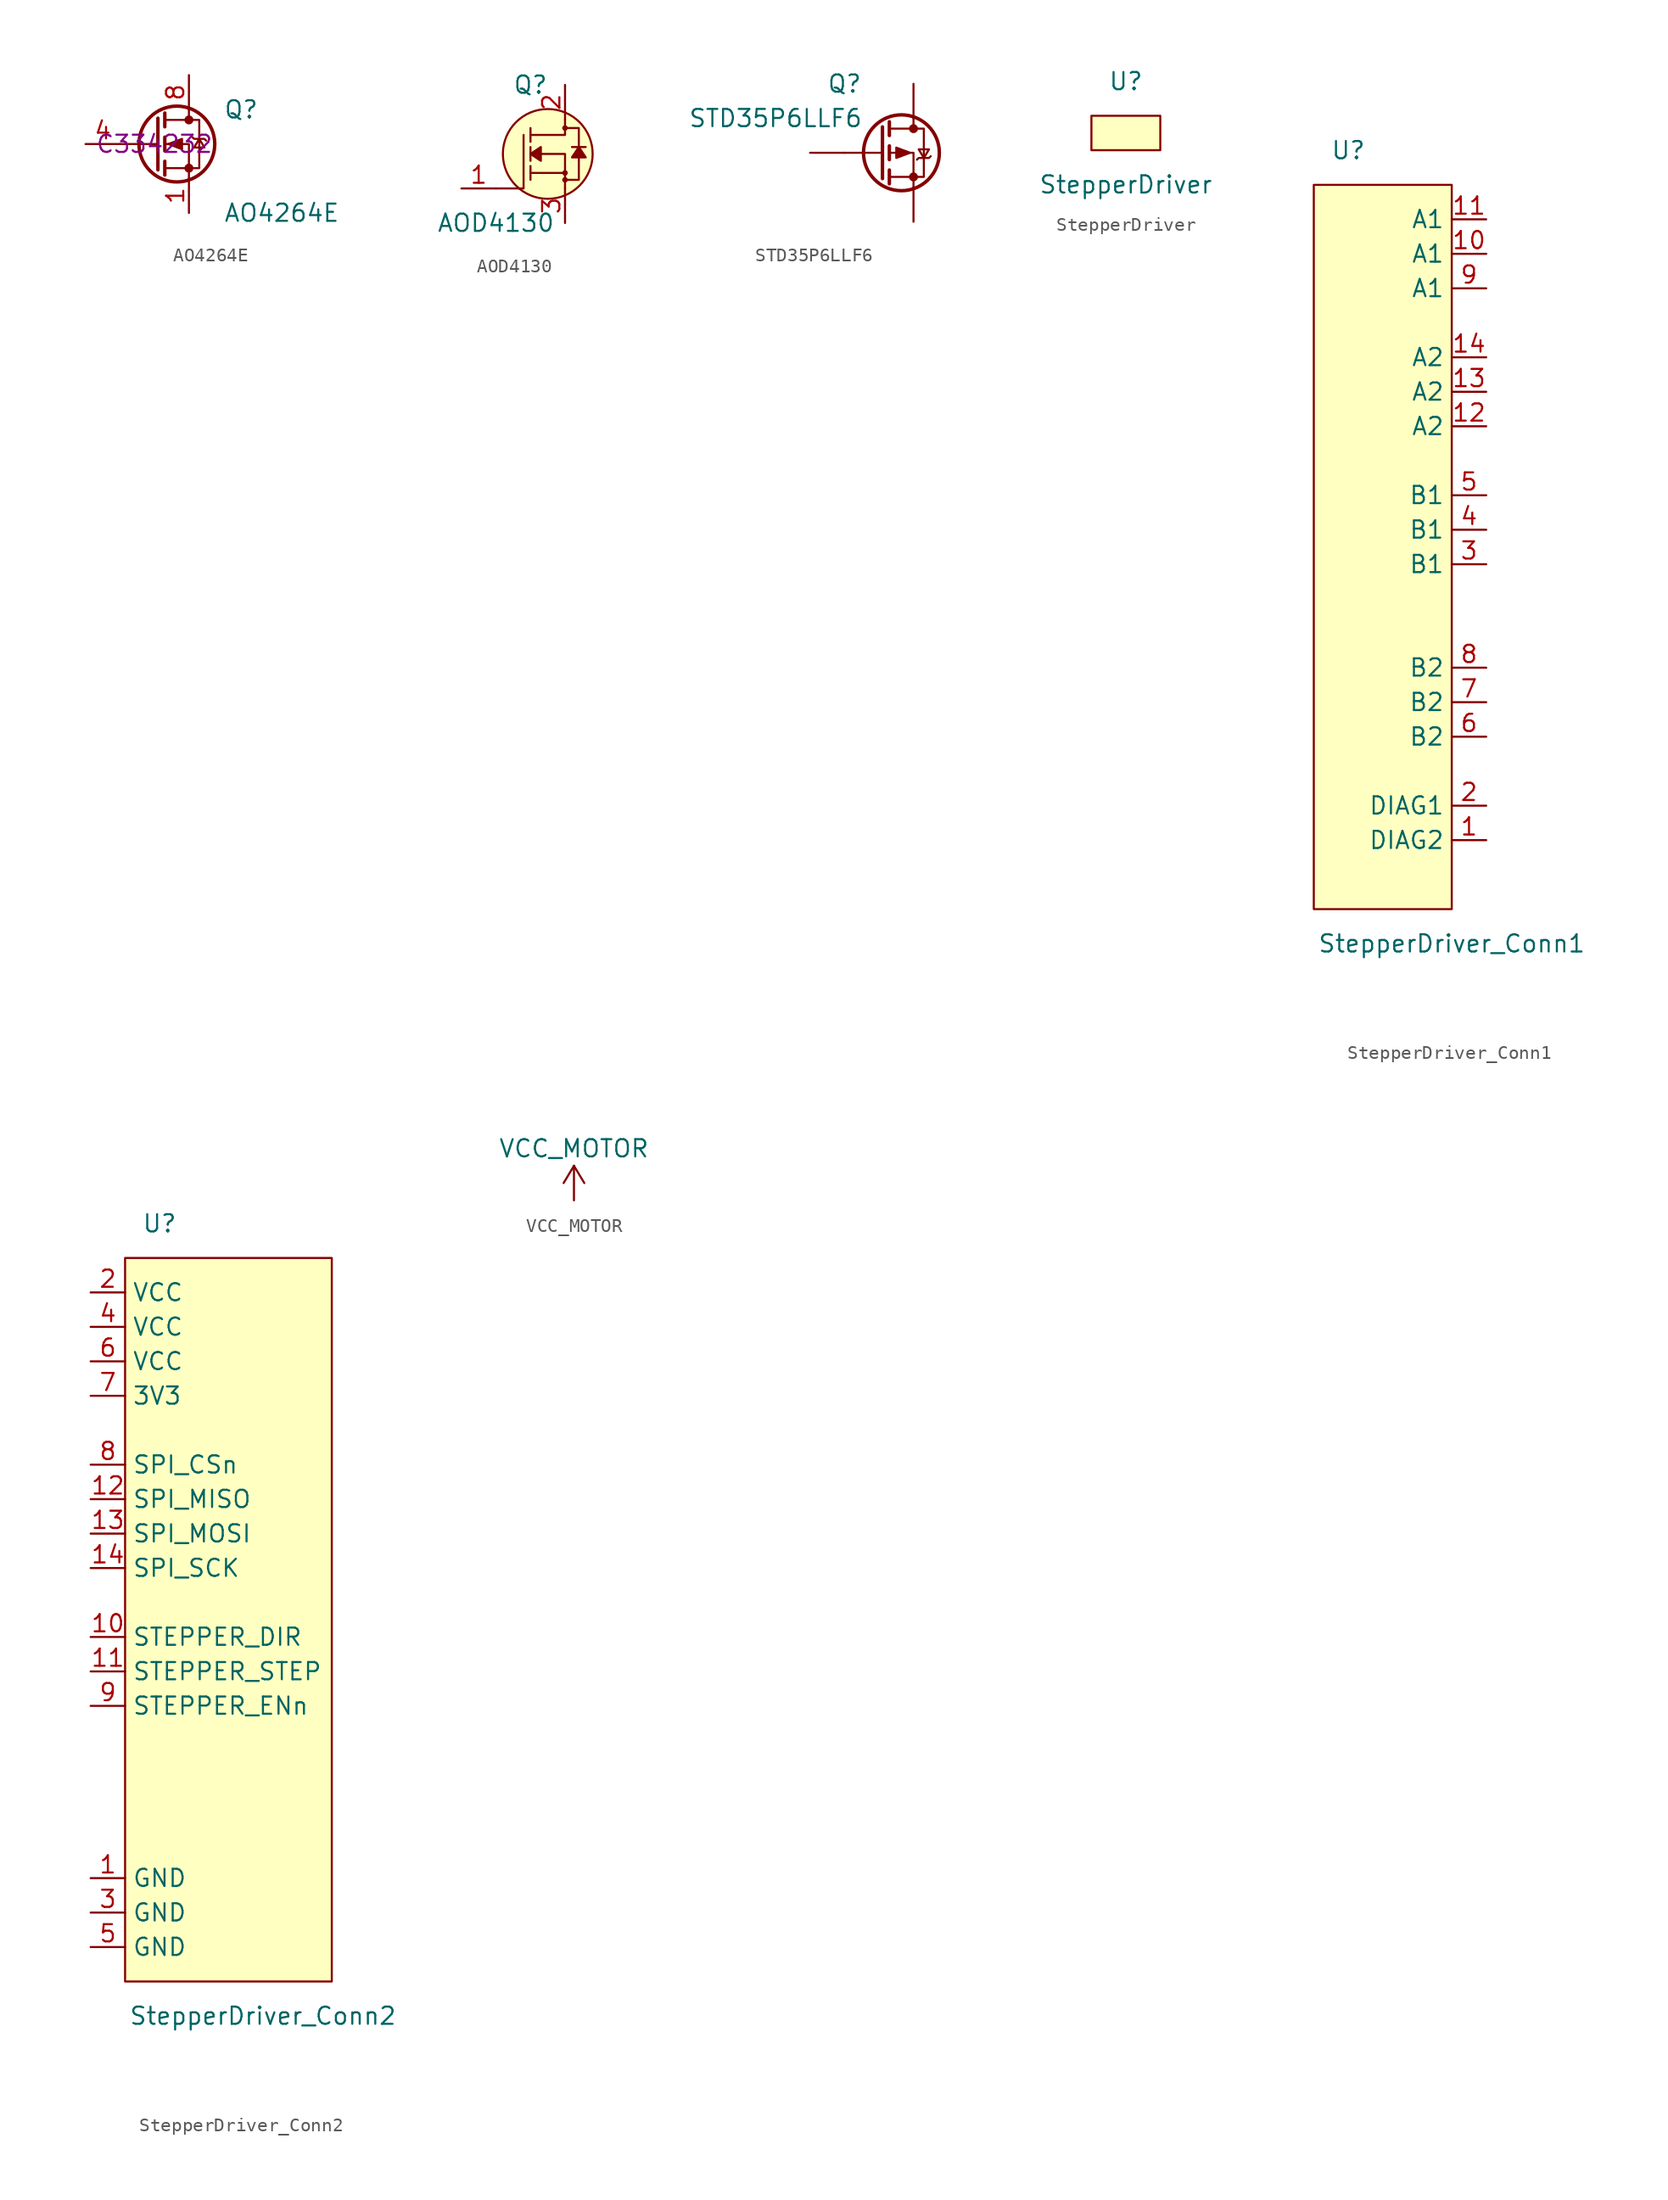
<source format=kicad_sym>
(kicad_symbol_lib
  (version 20211014)
  (generator kicad_symbol_editor)
  (symbol "AO4264E"
    (pin_names hide)
    (property "Reference" "Q"
      (at 5.08 2.54 0)
      (effects (font (size 1.27 1.27)) (justify left)))
    (property "Value" "AO4264E"
      (at 5.08 -5.08 0)
      (effects (font (size 1.27 1.27)) (justify left)))
    (property "LCSC" "C334232"
      (at 0 0 0)
      (effects (font (size 1.27 1.27))))
    (symbol "AO4264E_0_1"
      (polyline (pts (xy 0.254 0) (xy -2.54 0)) (stroke (width 0) (type default) (color 0 0 0 0)) (fill (type none)))
      (polyline (pts (xy 0.254 1.905) (xy 0.254 -1.905)) (stroke (width 0.254) (type default) (color 0 0 0 0)) (fill (type none)))
      (polyline (pts (xy 0.762 -1.27) (xy 0.762 -2.286)) (stroke (width 0.254) (type default) (color 0 0 0 0)) (fill (type none)))
      (polyline (pts (xy 0.762 0.508) (xy 0.762 -0.508)) (stroke (width 0.254) (type default) (color 0 0 0 0)) (fill (type none)))
      (polyline (pts (xy 0.762 2.286) (xy 0.762 1.27)) (stroke (width 0.254) (type default) (color 0 0 0 0)) (fill (type none)))
      (polyline (pts (xy 2.54 2.54) (xy 2.54 1.778)) (stroke (width 0) (type default) (color 0 0 0 0)) (fill (type none)))
      (polyline (pts (xy 2.54 -2.54) (xy 2.54 0) (xy 0.762 0)) (stroke (width 0) (type default) (color 0 0 0 0)) (fill (type none)))
      (polyline (pts (xy 0.762 -1.778) (xy 3.302 -1.778) (xy 3.302 1.778) (xy 0.762 1.778)) (stroke (width 0) (type default) (color 0 0 0 0)) (fill (type none)))
      (polyline (pts (xy 1.016 0) (xy 2.032 0.381) (xy 2.032 -0.381) (xy 1.016 0)) (stroke (width 0) (type default) (color 0 0 0 0)) (fill (type outline)))
      (polyline (pts (xy 2.794 0.508) (xy 2.921 0.381) (xy 3.683 0.381) (xy 3.81 0.254)) (stroke (width 0) (type default) (color 0 0 0 0)) (fill (type none)))
      (polyline (pts (xy 3.302 0.381) (xy 2.921 -0.254) (xy 3.683 -0.254) (xy 3.302 0.381)) (stroke (width 0) (type default) (color 0 0 0 0)) (fill (type none)))
      (circle (center 1.651 0) (radius 2.794) (stroke (width 0.254) (type default) (color 0 0 0 0)) (fill (type none)))
      (circle (center 2.54 -1.778) (radius 0.254) (stroke (width 0) (type default) (color 0 0 0 0)) (fill (type outline)))
      (circle (center 2.54 1.778) (radius 0.254) (stroke (width 0) (type default) (color 0 0 0 0)) (fill (type outline))))
    (symbol "AO4264E_1_1"
      (pin passive line (at 2.54 -5.08 90) (length 2.54) (name "S" (effects (font (size 1.27 1.27)))) (number "1" (effects (font (size 1.27 1.27)))))
      (pin passive line (at 2.54 -5.08 90) (length 2.54) hide (name "S" (effects (font (size 1.27 1.27)))) (number "2" (effects (font (size 1.27 1.27)))))
      (pin passive line (at 2.54 -5.08 90) (length 2.54) hide (name "S" (effects (font (size 1.27 1.27)))) (number "3" (effects (font (size 1.27 1.27)))))
      (pin input line (at -5.08 0 0) (length 2.54) (name "G" (effects (font (size 1.27 1.27)))) (number "4" (effects (font (size 1.27 1.27)))))
      (pin passive line (at 2.54 5.08 270) (length 2.54) hide (name "D" (effects (font (size 1.27 1.27)))) (number "5" (effects (font (size 1.27 1.27)))))
      (pin passive line (at 2.54 5.08 270) (length 2.54) hide (name "D" (effects (font (size 1.27 1.27)))) (number "6" (effects (font (size 1.27 1.27)))))
      (pin passive line (at 2.54 5.08 270) (length 2.54) hide (name "D" (effects (font (size 1.27 1.27)))) (number "7" (effects (font (size 1.27 1.27)))))
      (pin passive line (at 2.54 5.08 270) (length 2.54) (name "D" (effects (font (size 1.27 1.27)))) (number "8" (effects (font (size 1.27 1.27)))))))
  (symbol "AOD4130"
    (pin_names hide)
    (property "Reference" "Q"
      (at -2.54 7.62 0)
      (effects (font (size 1.27 1.27))))
    (property "Value" "AOD4130"
      (at -5.08 -2.54 0)
      (effects (font (size 1.27 1.27))))
    (symbol "AOD4130_0_1"
      (circle (center -1.27 2.54) (radius 3.302) (stroke (width 0) (type default) (color 0 0 0 0)) (fill (type background)))
      (polyline (pts (xy 0 1.143) (xy -2.54 1.143)) (stroke (width 0) (type default) (color 0 0 0 0)) (fill (type none)))
      (polyline (pts (xy -5.08 0) (xy -3.048 0) (xy -3.048 3.937)) (stroke (width 0) (type default) (color 0 0 0 0)) (fill (type none)))
      (polyline (pts (xy 0 0) (xy 0 2.54) (xy -2.54 2.54)) (stroke (width 0) (type default) (color 0 0 0 0)) (fill (type none)))
      (polyline (pts (xy 0 5.08) (xy 0 3.937) (xy -2.54 3.937)) (stroke (width 0) (type default) (color 0 0 0 0)) (fill (type none)))
      (polyline (pts (xy -0.127 0.635) (xy 1.016 0.635) (xy 1.016 3.937) (xy 1.016 4.445) (xy -0.127 4.445)) (stroke (width 0) (type default) (color 0 0 0 0)) (fill (type none)))
      (circle (center 0 0.635) (radius 0.127) (stroke (width 0) (type default) (color 0 0 0 0)) (fill (type none)))
      (circle (center 0 1.143) (radius 0.127) (stroke (width 0) (type default) (color 0 0 0 0)) (fill (type none)))
      (circle (center 0 4.445) (radius 0.127) (stroke (width 0) (type default) (color 0 0 0 0)) (fill (type none))))
    (symbol "AOD4130_1_1"
      (polyline (pts (xy -2.54 1.143) (xy -2.54 0.635)) (stroke (width 0) (type default) (color 0 0 0 0)) (fill (type none)))
      (polyline (pts (xy -2.54 1.143) (xy -2.54 1.651)) (stroke (width 0) (type default) (color 0 0 0 0)) (fill (type none)))
      (polyline (pts (xy -2.54 2.54) (xy -2.54 2.032)) (stroke (width 0) (type default) (color 0 0 0 0)) (fill (type none)))
      (polyline (pts (xy -2.54 2.54) (xy -2.54 3.048)) (stroke (width 0) (type default) (color 0 0 0 0)) (fill (type none)))
      (polyline (pts (xy -2.54 4.445) (xy -2.54 3.429)) (stroke (width 0) (type default) (color 0 0 0 0)) (fill (type none)))
      (polyline (pts (xy 1.524 3.048) (xy 0.508 3.048)) (stroke (width 0) (type default) (color 0 0 0 0)) (fill (type none)))
      (polyline (pts (xy -2.54 2.54) (xy -1.778 3.048) (xy -1.778 2.032) (xy -2.54 2.54)) (stroke (width 0) (type default) (color 0 0 0 0)) (fill (type outline)))
      (polyline (pts (xy 1.016 3.048) (xy 0.508 2.286) (xy 1.524 2.286) (xy 1.016 3.048)) (stroke (width 0) (type default) (color 0 0 0 0)) (fill (type outline)))
      (pin bidirectional line (at -7.62 0 0) (length 2.54) (name "G" (effects (font (size 1.27 1.27)))) (number "1" (effects (font (size 1.27 1.27)))))
      (pin bidirectional line (at 0 7.62 270) (length 2.54) (name "D" (effects (font (size 1.27 1.27)))) (number "2" (effects (font (size 1.27 1.27)))))
      (pin bidirectional line (at 0 -2.54 90) (length 2.54) (name "S" (effects (font (size 1.27 1.27)))) (number "3" (effects (font (size 1.27 1.27)))))))
  (symbol "STD35P6LLF6"
    (pin_numbers hide)
    (pin_names hide)
    (property "Reference" "Q"
      (at -2.54 5.08 0)
      (effects (font (size 1.27 1.27))))
    (property "Value" "STD35P6LLF6"
      (at -7.62 2.54 0)
      (effects (font (size 1.27 1.27))))
    (symbol "STD35P6LLF6_0_1"
      (polyline (pts (xy 0.254 0) (xy -2.54 0)) (stroke (width 0) (type default) (color 0 0 0 0)) (fill (type none)))
      (polyline (pts (xy 0.254 1.905) (xy 0.254 -1.905)) (stroke (width 0.254) (type default) (color 0 0 0 0)) (fill (type none)))
      (polyline (pts (xy 0.762 -1.27) (xy 0.762 -2.286)) (stroke (width 0.254) (type default) (color 0 0 0 0)) (fill (type none)))
      (polyline (pts (xy 0.762 0.508) (xy 0.762 -0.508)) (stroke (width 0.254) (type default) (color 0 0 0 0)) (fill (type none)))
      (polyline (pts (xy 0.762 2.286) (xy 0.762 1.27)) (stroke (width 0.254) (type default) (color 0 0 0 0)) (fill (type none)))
      (polyline (pts (xy 2.54 2.54) (xy 2.54 1.778)) (stroke (width 0) (type default) (color 0 0 0 0)) (fill (type none)))
      (polyline (pts (xy 2.54 -2.54) (xy 2.54 0) (xy 0.762 0)) (stroke (width 0) (type default) (color 0 0 0 0)) (fill (type none)))
      (polyline (pts (xy 0.762 1.778) (xy 3.302 1.778) (xy 3.302 -1.778) (xy 0.762 -1.778)) (stroke (width 0) (type default) (color 0 0 0 0)) (fill (type none)))
      (polyline (pts (xy 2.286 0) (xy 1.27 0.381) (xy 1.27 -0.381) (xy 2.286 0)) (stroke (width 0) (type default) (color 0 0 0 0)) (fill (type outline)))
      (polyline (pts (xy 2.794 -0.508) (xy 2.921 -0.381) (xy 3.683 -0.381) (xy 3.81 -0.254)) (stroke (width 0) (type default) (color 0 0 0 0)) (fill (type none)))
      (polyline (pts (xy 3.302 -0.381) (xy 2.921 0.254) (xy 3.683 0.254) (xy 3.302 -0.381)) (stroke (width 0) (type default) (color 0 0 0 0)) (fill (type none)))
      (circle (center 1.651 0) (radius 2.794) (stroke (width 0.254) (type default) (color 0 0 0 0)) (fill (type none)))
      (circle (center 2.54 -1.778) (radius 0.254) (stroke (width 0) (type default) (color 0 0 0 0)) (fill (type outline)))
      (circle (center 2.54 1.778) (radius 0.254) (stroke (width 0) (type default) (color 0 0 0 0)) (fill (type outline))))
    (symbol "STD35P6LLF6_1_1"
      (pin passive line (at -5.08 0 0) (length 2.54) (name "G" (effects (font (size 1.27 1.27)))) (number "1" (effects (font (size 1.27 1.27)))))
      (pin passive line (at 2.54 5.08 270) (length 2.54) (name "D" (effects (font (size 1.27 1.27)))) (number "2" (effects (font (size 1.27 1.27)))))
      (pin passive line (at 2.54 -5.08 90) (length 2.54) (name "D" (effects (font (size 1.27 1.27)))) (number "3" (effects (font (size 1.27 1.27)))))))
  (symbol "StepperDriver"
    (property "Reference" "U"
      (at 2.54 2.54 0)
      (effects (font (size 1.27 1.27))))
    (property "Value" "StepperDriver"
      (at 2.54 -5.08 0)
      (effects (font (size 1.27 1.27))))
    (symbol "StepperDriver_0_1"
      (rectangle (start 0 0) (end 5.08 -2.54) (stroke (width 0.152) (type default) (color 0 0 0 0)) (fill (type background)))))
  (symbol "StepperDriver_Conn1"
    (property "Reference" "U"
      (at 2.54 2.54 0)
      (effects (font (size 1.27 1.27))))
    (property "Value" "StepperDriver_Conn1"
      (at 10.16 -55.88 0)
      (effects (font (size 1.27 1.27))))
    (symbol "StepperDriver_Conn1_0_1"
      (rectangle (start 0 0) (end 10.16 -53.34) (stroke (width 0.152) (type default) (color 0 0 0 0)) (fill (type background))))
    (symbol "StepperDriver_Conn1_1_1"
      (pin input line (at 12.7 -48.26 180) (length 2.54) (name "DIAG2" (effects (font (size 1.27 1.27)))) (number "1" (effects (font (size 1.27 1.27)))))
      (pin output line (at 12.7 -5.08 180) (length 2.54) (name "A1" (effects (font (size 1.27 1.27)))) (number "10" (effects (font (size 1.27 1.27)))))
      (pin output line (at 12.7 -2.54 180) (length 2.54) (name "A1" (effects (font (size 1.27 1.27)))) (number "11" (effects (font (size 1.27 1.27)))))
      (pin input line (at 12.7 -17.78 180) (length 2.54) (name "A2" (effects (font (size 1.27 1.27)))) (number "12" (effects (font (size 1.27 1.27)))))
      (pin input line (at 12.7 -15.24 180) (length 2.54) (name "A2" (effects (font (size 1.27 1.27)))) (number "13" (effects (font (size 1.27 1.27)))))
      (pin output line (at 12.7 -12.7 180) (length 2.54) (name "A2" (effects (font (size 1.27 1.27)))) (number "14" (effects (font (size 1.27 1.27)))))
      (pin input line (at 12.7 -45.72 180) (length 2.54) (name "DIAG1" (effects (font (size 1.27 1.27)))) (number "2" (effects (font (size 1.27 1.27)))))
      (pin input line (at 12.7 -27.94 180) (length 2.54) (name "B1" (effects (font (size 1.27 1.27)))) (number "3" (effects (font (size 1.27 1.27)))))
      (pin input line (at 12.7 -25.4 180) (length 2.54) (name "B1" (effects (font (size 1.27 1.27)))) (number "4" (effects (font (size 1.27 1.27)))))
      (pin input line (at 12.7 -22.86 180) (length 2.54) (name "B1" (effects (font (size 1.27 1.27)))) (number "5" (effects (font (size 1.27 1.27)))))
      (pin input line (at 12.7 -40.64 180) (length 2.54) (name "B2" (effects (font (size 1.27 1.27)))) (number "6" (effects (font (size 1.27 1.27)))))
      (pin input line (at 12.7 -38.1 180) (length 2.54) (name "B2" (effects (font (size 1.27 1.27)))) (number "7" (effects (font (size 1.27 1.27)))))
      (pin input line (at 12.7 -35.56 180) (length 2.54) (name "B2" (effects (font (size 1.27 1.27)))) (number "8" (effects (font (size 1.27 1.27)))))
      (pin output line (at 12.7 -7.62 180) (length 2.54) (name "A1" (effects (font (size 1.27 1.27)))) (number "9" (effects (font (size 1.27 1.27)))))))
  (symbol "StepperDriver_Conn2"
    (property "Reference" "U"
      (at 2.54 2.54 0)
      (effects (font (size 1.27 1.27))))
    (property "Value" "StepperDriver_Conn2"
      (at 10.16 -55.88 0)
      (effects (font (size 1.27 1.27))))
    (symbol "StepperDriver_Conn2_0_1"
      (rectangle (start 0 0) (end 15.24 -53.34) (stroke (width 0.152) (type default) (color 0 0 0 0)) (fill (type background))))
    (symbol "StepperDriver_Conn2_1_1"
      (pin power_in line (at -2.54 -45.72 0) (length 2.54) (name "GND" (effects (font (size 1.27 1.27)))) (number "1" (effects (font (size 1.27 1.27)))))
      (pin input line (at -2.54 -27.94 0) (length 2.54) (name "STEPPER_DIR" (effects (font (size 1.27 1.27)))) (number "10" (effects (font (size 1.27 1.27)))))
      (pin input line (at -2.54 -30.48 0) (length 2.54) (name "STEPPER_STEP" (effects (font (size 1.27 1.27)))) (number "11" (effects (font (size 1.27 1.27)))))
      (pin input line (at -2.54 -17.78 0) (length 2.54) (name "SPI_MISO" (effects (font (size 1.27 1.27)))) (number "12" (effects (font (size 1.27 1.27)))))
      (pin output line (at -2.54 -20.32 0) (length 2.54) (name "SPI_MOSI" (effects (font (size 1.27 1.27)))) (number "13" (effects (font (size 1.27 1.27)))))
      (pin output line (at -2.54 -22.86 0) (length 2.54) (name "SPI_SCK" (effects (font (size 1.27 1.27)))) (number "14" (effects (font (size 1.27 1.27)))))
      (pin power_in line (at -2.54 -2.54 0) (length 2.54) (name "VCC" (effects (font (size 1.27 1.27)))) (number "2" (effects (font (size 1.27 1.27)))))
      (pin power_in line (at -2.54 -48.26 0) (length 2.54) (name "GND" (effects (font (size 1.27 1.27)))) (number "3" (effects (font (size 1.27 1.27)))))
      (pin power_in line (at -2.54 -5.08 0) (length 2.54) (name "VCC" (effects (font (size 1.27 1.27)))) (number "4" (effects (font (size 1.27 1.27)))))
      (pin power_in line (at -2.54 -50.8 0) (length 2.54) (name "GND" (effects (font (size 1.27 1.27)))) (number "5" (effects (font (size 1.27 1.27)))))
      (pin power_in line (at -2.54 -7.62 0) (length 2.54) (name "VCC" (effects (font (size 1.27 1.27)))) (number "6" (effects (font (size 1.27 1.27)))))
      (pin power_in line (at -2.54 -10.16 0) (length 2.54) (name "3V3" (effects (font (size 1.27 1.27)))) (number "7" (effects (font (size 1.27 1.27)))))
      (pin input line (at -2.54 -15.24 0) (length 2.54) (name "SPI_CSn" (effects (font (size 1.27 1.27)))) (number "8" (effects (font (size 1.27 1.27)))))
      (pin input line (at -2.54 -33.02 0) (length 2.54) (name "STEPPER_ENn" (effects (font (size 1.27 1.27)))) (number "9" (effects (font (size 1.27 1.27)))))))
  (symbol "VCC_MOTOR"
    (power)
    (pin_names
      (offset 0))
    (property "Reference" "#PWR"
      (at 0 -3.81 0)
      (effects (font (size 1.27 1.27)) hide))
    (property "Value" "VCC_MOTOR"
      (at 0 3.81 0)
      (effects (font (size 1.27 1.27))))
    (symbol "VCC_MOTOR_0_1"
      (polyline (pts (xy -0.762 1.27) (xy 0 2.54)) (stroke (width 0) (type default) (color 0 0 0 0)) (fill (type none)))
      (polyline (pts (xy 0 0) (xy 0 2.54)) (stroke (width 0) (type default) (color 0 0 0 0)) (fill (type none)))
      (polyline (pts (xy 0 2.54) (xy 0.762 1.27)) (stroke (width 0) (type default) (color 0 0 0 0)) (fill (type none))))
    (symbol "VCC_MOTOR_1_1"
      (pin power_in line (at 0 0 90) (length 0) hide (name "VCC" (effects (font (size 1.27 1.27)))) (number "1" (effects (font (size 1.27 1.27))))))))
</source>
